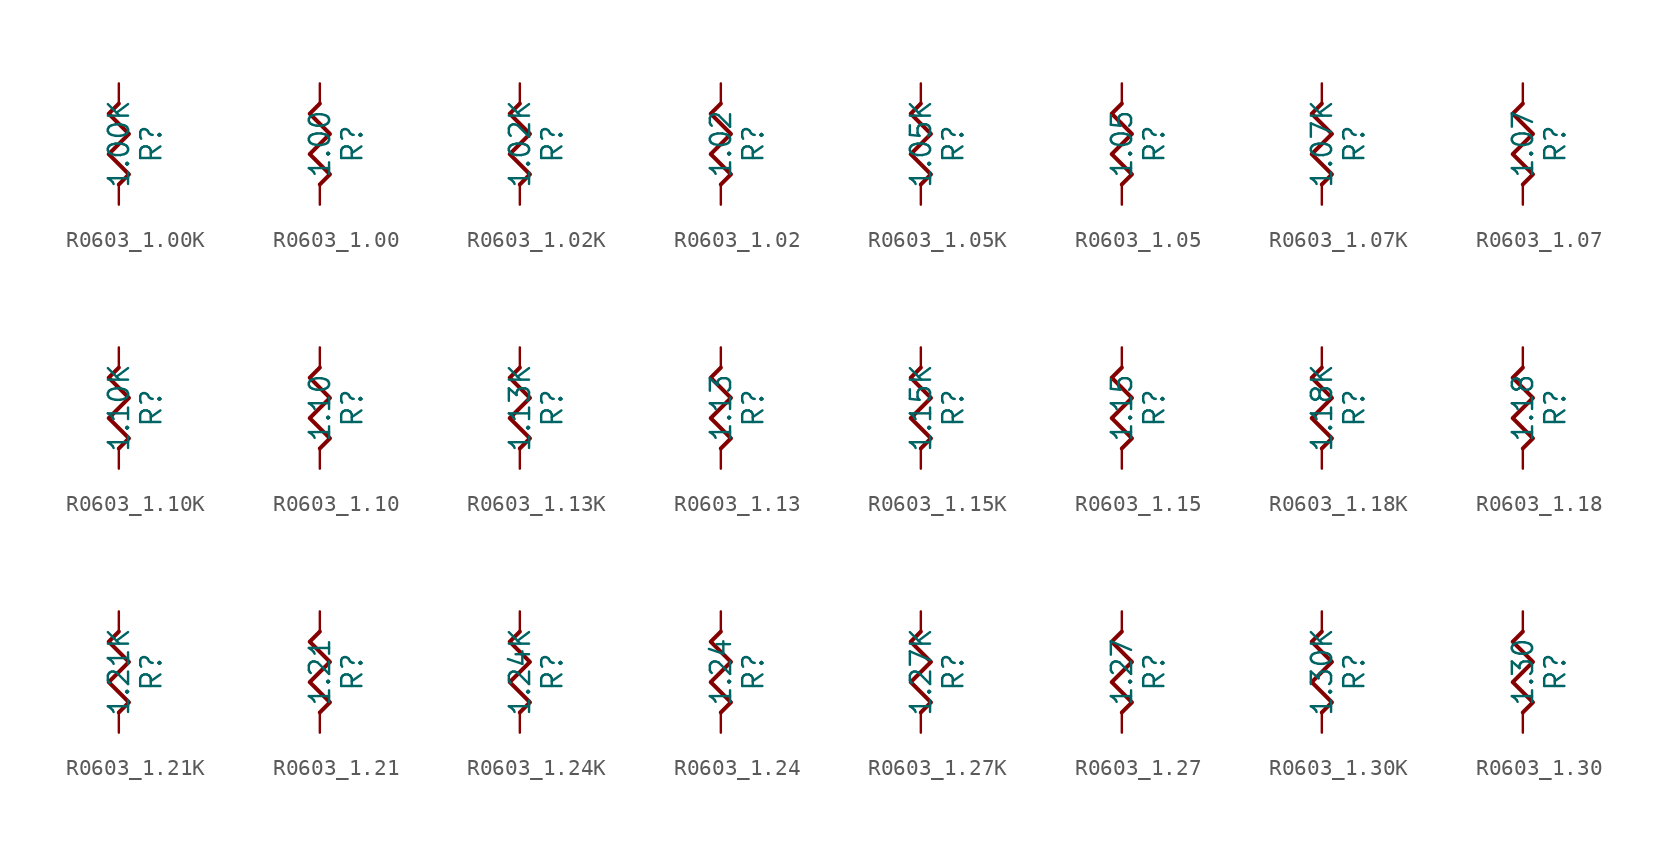
<source format=kicad_sym>
(kicad_symbol_lib
  (version 20211014)
  (generator atlantix-eda)
  (symbol "R0603_1.00K"
    (pin_numbers hide)
    (pin_names
      (offset 0))
    (property "Reference" "R"
      (at 2.032 0 90)
      (effects (font (size 1.27 1.27))))
    (property "Value" "1.00K"
      (at 0 0 90)
      (effects (font (size 1.27 1.27))))
    (symbol "R0603_1.00K_0_1"
      (polyline (pts (xy 0 -2.54) (xy 0.635 -1.905) (xy -0.635 -0.635) (xy 0.635 0.635) (xy -0.635 1.905) (xy 0 2.54)) (stroke (width 0.254) (type default) (color 0 0 0 0)) (fill (type none))))
    (symbol "R0603_1.00K_1_1"
      (pin passive line (at 0 3.81 270) (length 1.27) (name "~" (effects (font (size 1.27 1.27)))) (number "1" (effects (font (size 1.27 1.27)))))
      (pin passive line (at 0 -3.81 90) (length 1.27) (name "~" (effects (font (size 1.27 1.27)))) (number "2" (effects (font (size 1.27 1.27)))))))
  (symbol "R0603_1.00"
    (pin_numbers hide)
    (pin_names
      (offset 0))
    (property "Reference" "R"
      (at 2.032 0 90)
      (effects (font (size 1.27 1.27))))
    (property "Value" "1.00"
      (at 0 0 90)
      (effects (font (size 1.27 1.27))))
    (symbol "R0603_1.00_0_1"
      (polyline (pts (xy 0 -2.54) (xy 0.635 -1.905) (xy -0.635 -0.635) (xy 0.635 0.635) (xy -0.635 1.905) (xy 0 2.54)) (stroke (width 0.254) (type default) (color 0 0 0 0)) (fill (type none))))
    (symbol "R0603_1.00_1_1"
      (pin passive line (at 0 3.81 270) (length 1.27) (name "~" (effects (font (size 1.27 1.27)))) (number "1" (effects (font (size 1.27 1.27)))))
      (pin passive line (at 0 -3.81 90) (length 1.27) (name "~" (effects (font (size 1.27 1.27)))) (number "2" (effects (font (size 1.27 1.27)))))))
  (symbol "R0603_1.02K"
    (pin_numbers hide)
    (pin_names
      (offset 0))
    (property "Reference" "R"
      (at 2.032 0 90)
      (effects (font (size 1.27 1.27))))
    (property "Value" "1.02K"
      (at 0 0 90)
      (effects (font (size 1.27 1.27))))
    (symbol "R0603_1.02K_0_1"
      (polyline (pts (xy 0 -2.54) (xy 0.635 -1.905) (xy -0.635 -0.635) (xy 0.635 0.635) (xy -0.635 1.905) (xy 0 2.54)) (stroke (width 0.254) (type default) (color 0 0 0 0)) (fill (type none))))
    (symbol "R0603_1.02K_1_1"
      (pin passive line (at 0 3.81 270) (length 1.27) (name "~" (effects (font (size 1.27 1.27)))) (number "1" (effects (font (size 1.27 1.27)))))
      (pin passive line (at 0 -3.81 90) (length 1.27) (name "~" (effects (font (size 1.27 1.27)))) (number "2" (effects (font (size 1.27 1.27)))))))
  (symbol "R0603_1.02"
    (pin_numbers hide)
    (pin_names
      (offset 0))
    (property "Reference" "R"
      (at 2.032 0 90)
      (effects (font (size 1.27 1.27))))
    (property "Value" "1.02"
      (at 0 0 90)
      (effects (font (size 1.27 1.27))))
    (symbol "R0603_1.02_0_1"
      (polyline (pts (xy 0 -2.54) (xy 0.635 -1.905) (xy -0.635 -0.635) (xy 0.635 0.635) (xy -0.635 1.905) (xy 0 2.54)) (stroke (width 0.254) (type default) (color 0 0 0 0)) (fill (type none))))
    (symbol "R0603_1.02_1_1"
      (pin passive line (at 0 3.81 270) (length 1.27) (name "~" (effects (font (size 1.27 1.27)))) (number "1" (effects (font (size 1.27 1.27)))))
      (pin passive line (at 0 -3.81 90) (length 1.27) (name "~" (effects (font (size 1.27 1.27)))) (number "2" (effects (font (size 1.27 1.27)))))))
  (symbol "R0603_1.05K"
    (pin_numbers hide)
    (pin_names
      (offset 0))
    (property "Reference" "R"
      (at 2.032 0 90)
      (effects (font (size 1.27 1.27))))
    (property "Value" "1.05K"
      (at 0 0 90)
      (effects (font (size 1.27 1.27))))
    (symbol "R0603_1.05K_0_1"
      (polyline (pts (xy 0 -2.54) (xy 0.635 -1.905) (xy -0.635 -0.635) (xy 0.635 0.635) (xy -0.635 1.905) (xy 0 2.54)) (stroke (width 0.254) (type default) (color 0 0 0 0)) (fill (type none))))
    (symbol "R0603_1.05K_1_1"
      (pin passive line (at 0 3.81 270) (length 1.27) (name "~" (effects (font (size 1.27 1.27)))) (number "1" (effects (font (size 1.27 1.27)))))
      (pin passive line (at 0 -3.81 90) (length 1.27) (name "~" (effects (font (size 1.27 1.27)))) (number "2" (effects (font (size 1.27 1.27)))))))
  (symbol "R0603_1.05"
    (pin_numbers hide)
    (pin_names
      (offset 0))
    (property "Reference" "R"
      (at 2.032 0 90)
      (effects (font (size 1.27 1.27))))
    (property "Value" "1.05"
      (at 0 0 90)
      (effects (font (size 1.27 1.27))))
    (symbol "R0603_1.05_0_1"
      (polyline (pts (xy 0 -2.54) (xy 0.635 -1.905) (xy -0.635 -0.635) (xy 0.635 0.635) (xy -0.635 1.905) (xy 0 2.54)) (stroke (width 0.254) (type default) (color 0 0 0 0)) (fill (type none))))
    (symbol "R0603_1.05_1_1"
      (pin passive line (at 0 3.81 270) (length 1.27) (name "~" (effects (font (size 1.27 1.27)))) (number "1" (effects (font (size 1.27 1.27)))))
      (pin passive line (at 0 -3.81 90) (length 1.27) (name "~" (effects (font (size 1.27 1.27)))) (number "2" (effects (font (size 1.27 1.27)))))))
  (symbol "R0603_1.07K"
    (pin_numbers hide)
    (pin_names
      (offset 0))
    (property "Reference" "R"
      (at 2.032 0 90)
      (effects (font (size 1.27 1.27))))
    (property "Value" "1.07K"
      (at 0 0 90)
      (effects (font (size 1.27 1.27))))
    (symbol "R0603_1.07K_0_1"
      (polyline (pts (xy 0 -2.54) (xy 0.635 -1.905) (xy -0.635 -0.635) (xy 0.635 0.635) (xy -0.635 1.905) (xy 0 2.54)) (stroke (width 0.254) (type default) (color 0 0 0 0)) (fill (type none))))
    (symbol "R0603_1.07K_1_1"
      (pin passive line (at 0 3.81 270) (length 1.27) (name "~" (effects (font (size 1.27 1.27)))) (number "1" (effects (font (size 1.27 1.27)))))
      (pin passive line (at 0 -3.81 90) (length 1.27) (name "~" (effects (font (size 1.27 1.27)))) (number "2" (effects (font (size 1.27 1.27)))))))
  (symbol "R0603_1.07"
    (pin_numbers hide)
    (pin_names
      (offset 0))
    (property "Reference" "R"
      (at 2.032 0 90)
      (effects (font (size 1.27 1.27))))
    (property "Value" "1.07"
      (at 0 0 90)
      (effects (font (size 1.27 1.27))))
    (symbol "R0603_1.07_0_1"
      (polyline (pts (xy 0 -2.54) (xy 0.635 -1.905) (xy -0.635 -0.635) (xy 0.635 0.635) (xy -0.635 1.905) (xy 0 2.54)) (stroke (width 0.254) (type default) (color 0 0 0 0)) (fill (type none))))
    (symbol "R0603_1.07_1_1"
      (pin passive line (at 0 3.81 270) (length 1.27) (name "~" (effects (font (size 1.27 1.27)))) (number "1" (effects (font (size 1.27 1.27)))))
      (pin passive line (at 0 -3.81 90) (length 1.27) (name "~" (effects (font (size 1.27 1.27)))) (number "2" (effects (font (size 1.27 1.27)))))))
  (symbol "R0603_1.10K"
    (pin_numbers hide)
    (pin_names
      (offset 0))
    (property "Reference" "R"
      (at 2.032 0 90)
      (effects (font (size 1.27 1.27))))
    (property "Value" "1.10K"
      (at 0 0 90)
      (effects (font (size 1.27 1.27))))
    (symbol "R0603_1.10K_0_1"
      (polyline (pts (xy 0 -2.54) (xy 0.635 -1.905) (xy -0.635 -0.635) (xy 0.635 0.635) (xy -0.635 1.905) (xy 0 2.54)) (stroke (width 0.254) (type default) (color 0 0 0 0)) (fill (type none))))
    (symbol "R0603_1.10K_1_1"
      (pin passive line (at 0 3.81 270) (length 1.27) (name "~" (effects (font (size 1.27 1.27)))) (number "1" (effects (font (size 1.27 1.27)))))
      (pin passive line (at 0 -3.81 90) (length 1.27) (name "~" (effects (font (size 1.27 1.27)))) (number "2" (effects (font (size 1.27 1.27)))))))
  (symbol "R0603_1.10"
    (pin_numbers hide)
    (pin_names
      (offset 0))
    (property "Reference" "R"
      (at 2.032 0 90)
      (effects (font (size 1.27 1.27))))
    (property "Value" "1.10"
      (at 0 0 90)
      (effects (font (size 1.27 1.27))))
    (symbol "R0603_1.10_0_1"
      (polyline (pts (xy 0 -2.54) (xy 0.635 -1.905) (xy -0.635 -0.635) (xy 0.635 0.635) (xy -0.635 1.905) (xy 0 2.54)) (stroke (width 0.254) (type default) (color 0 0 0 0)) (fill (type none))))
    (symbol "R0603_1.10_1_1"
      (pin passive line (at 0 3.81 270) (length 1.27) (name "~" (effects (font (size 1.27 1.27)))) (number "1" (effects (font (size 1.27 1.27)))))
      (pin passive line (at 0 -3.81 90) (length 1.27) (name "~" (effects (font (size 1.27 1.27)))) (number "2" (effects (font (size 1.27 1.27)))))))
  (symbol "R0603_1.13K"
    (pin_numbers hide)
    (pin_names
      (offset 0))
    (property "Reference" "R"
      (at 2.032 0 90)
      (effects (font (size 1.27 1.27))))
    (property "Value" "1.13K"
      (at 0 0 90)
      (effects (font (size 1.27 1.27))))
    (symbol "R0603_1.13K_0_1"
      (polyline (pts (xy 0 -2.54) (xy 0.635 -1.905) (xy -0.635 -0.635) (xy 0.635 0.635) (xy -0.635 1.905) (xy 0 2.54)) (stroke (width 0.254) (type default) (color 0 0 0 0)) (fill (type none))))
    (symbol "R0603_1.13K_1_1"
      (pin passive line (at 0 3.81 270) (length 1.27) (name "~" (effects (font (size 1.27 1.27)))) (number "1" (effects (font (size 1.27 1.27)))))
      (pin passive line (at 0 -3.81 90) (length 1.27) (name "~" (effects (font (size 1.27 1.27)))) (number "2" (effects (font (size 1.27 1.27)))))))
  (symbol "R0603_1.13"
    (pin_numbers hide)
    (pin_names
      (offset 0))
    (property "Reference" "R"
      (at 2.032 0 90)
      (effects (font (size 1.27 1.27))))
    (property "Value" "1.13"
      (at 0 0 90)
      (effects (font (size 1.27 1.27))))
    (symbol "R0603_1.13_0_1"
      (polyline (pts (xy 0 -2.54) (xy 0.635 -1.905) (xy -0.635 -0.635) (xy 0.635 0.635) (xy -0.635 1.905) (xy 0 2.54)) (stroke (width 0.254) (type default) (color 0 0 0 0)) (fill (type none))))
    (symbol "R0603_1.13_1_1"
      (pin passive line (at 0 3.81 270) (length 1.27) (name "~" (effects (font (size 1.27 1.27)))) (number "1" (effects (font (size 1.27 1.27)))))
      (pin passive line (at 0 -3.81 90) (length 1.27) (name "~" (effects (font (size 1.27 1.27)))) (number "2" (effects (font (size 1.27 1.27)))))))
  (symbol "R0603_1.15K"
    (pin_numbers hide)
    (pin_names
      (offset 0))
    (property "Reference" "R"
      (at 2.032 0 90)
      (effects (font (size 1.27 1.27))))
    (property "Value" "1.15K"
      (at 0 0 90)
      (effects (font (size 1.27 1.27))))
    (symbol "R0603_1.15K_0_1"
      (polyline (pts (xy 0 -2.54) (xy 0.635 -1.905) (xy -0.635 -0.635) (xy 0.635 0.635) (xy -0.635 1.905) (xy 0 2.54)) (stroke (width 0.254) (type default) (color 0 0 0 0)) (fill (type none))))
    (symbol "R0603_1.15K_1_1"
      (pin passive line (at 0 3.81 270) (length 1.27) (name "~" (effects (font (size 1.27 1.27)))) (number "1" (effects (font (size 1.27 1.27)))))
      (pin passive line (at 0 -3.81 90) (length 1.27) (name "~" (effects (font (size 1.27 1.27)))) (number "2" (effects (font (size 1.27 1.27)))))))
  (symbol "R0603_1.15"
    (pin_numbers hide)
    (pin_names
      (offset 0))
    (property "Reference" "R"
      (at 2.032 0 90)
      (effects (font (size 1.27 1.27))))
    (property "Value" "1.15"
      (at 0 0 90)
      (effects (font (size 1.27 1.27))))
    (symbol "R0603_1.15_0_1"
      (polyline (pts (xy 0 -2.54) (xy 0.635 -1.905) (xy -0.635 -0.635) (xy 0.635 0.635) (xy -0.635 1.905) (xy 0 2.54)) (stroke (width 0.254) (type default) (color 0 0 0 0)) (fill (type none))))
    (symbol "R0603_1.15_1_1"
      (pin passive line (at 0 3.81 270) (length 1.27) (name "~" (effects (font (size 1.27 1.27)))) (number "1" (effects (font (size 1.27 1.27)))))
      (pin passive line (at 0 -3.81 90) (length 1.27) (name "~" (effects (font (size 1.27 1.27)))) (number "2" (effects (font (size 1.27 1.27)))))))
  (symbol "R0603_1.18K"
    (pin_numbers hide)
    (pin_names
      (offset 0))
    (property "Reference" "R"
      (at 2.032 0 90)
      (effects (font (size 1.27 1.27))))
    (property "Value" "1.18K"
      (at 0 0 90)
      (effects (font (size 1.27 1.27))))
    (symbol "R0603_1.18K_0_1"
      (polyline (pts (xy 0 -2.54) (xy 0.635 -1.905) (xy -0.635 -0.635) (xy 0.635 0.635) (xy -0.635 1.905) (xy 0 2.54)) (stroke (width 0.254) (type default) (color 0 0 0 0)) (fill (type none))))
    (symbol "R0603_1.18K_1_1"
      (pin passive line (at 0 3.81 270) (length 1.27) (name "~" (effects (font (size 1.27 1.27)))) (number "1" (effects (font (size 1.27 1.27)))))
      (pin passive line (at 0 -3.81 90) (length 1.27) (name "~" (effects (font (size 1.27 1.27)))) (number "2" (effects (font (size 1.27 1.27)))))))
  (symbol "R0603_1.18"
    (pin_numbers hide)
    (pin_names
      (offset 0))
    (property "Reference" "R"
      (at 2.032 0 90)
      (effects (font (size 1.27 1.27))))
    (property "Value" "1.18"
      (at 0 0 90)
      (effects (font (size 1.27 1.27))))
    (symbol "R0603_1.18_0_1"
      (polyline (pts (xy 0 -2.54) (xy 0.635 -1.905) (xy -0.635 -0.635) (xy 0.635 0.635) (xy -0.635 1.905) (xy 0 2.54)) (stroke (width 0.254) (type default) (color 0 0 0 0)) (fill (type none))))
    (symbol "R0603_1.18_1_1"
      (pin passive line (at 0 3.81 270) (length 1.27) (name "~" (effects (font (size 1.27 1.27)))) (number "1" (effects (font (size 1.27 1.27)))))
      (pin passive line (at 0 -3.81 90) (length 1.27) (name "~" (effects (font (size 1.27 1.27)))) (number "2" (effects (font (size 1.27 1.27)))))))
  (symbol "R0603_1.21K"
    (pin_numbers hide)
    (pin_names
      (offset 0))
    (property "Reference" "R"
      (at 2.032 0 90)
      (effects (font (size 1.27 1.27))))
    (property "Value" "1.21K"
      (at 0 0 90)
      (effects (font (size 1.27 1.27))))
    (symbol "R0603_1.21K_0_1"
      (polyline (pts (xy 0 -2.54) (xy 0.635 -1.905) (xy -0.635 -0.635) (xy 0.635 0.635) (xy -0.635 1.905) (xy 0 2.54)) (stroke (width 0.254) (type default) (color 0 0 0 0)) (fill (type none))))
    (symbol "R0603_1.21K_1_1"
      (pin passive line (at 0 3.81 270) (length 1.27) (name "~" (effects (font (size 1.27 1.27)))) (number "1" (effects (font (size 1.27 1.27)))))
      (pin passive line (at 0 -3.81 90) (length 1.27) (name "~" (effects (font (size 1.27 1.27)))) (number "2" (effects (font (size 1.27 1.27)))))))
  (symbol "R0603_1.21"
    (pin_numbers hide)
    (pin_names
      (offset 0))
    (property "Reference" "R"
      (at 2.032 0 90)
      (effects (font (size 1.27 1.27))))
    (property "Value" "1.21"
      (at 0 0 90)
      (effects (font (size 1.27 1.27))))
    (symbol "R0603_1.21_0_1"
      (polyline (pts (xy 0 -2.54) (xy 0.635 -1.905) (xy -0.635 -0.635) (xy 0.635 0.635) (xy -0.635 1.905) (xy 0 2.54)) (stroke (width 0.254) (type default) (color 0 0 0 0)) (fill (type none))))
    (symbol "R0603_1.21_1_1"
      (pin passive line (at 0 3.81 270) (length 1.27) (name "~" (effects (font (size 1.27 1.27)))) (number "1" (effects (font (size 1.27 1.27)))))
      (pin passive line (at 0 -3.81 90) (length 1.27) (name "~" (effects (font (size 1.27 1.27)))) (number "2" (effects (font (size 1.27 1.27)))))))
  (symbol "R0603_1.24K"
    (pin_numbers hide)
    (pin_names
      (offset 0))
    (property "Reference" "R"
      (at 2.032 0 90)
      (effects (font (size 1.27 1.27))))
    (property "Value" "1.24K"
      (at 0 0 90)
      (effects (font (size 1.27 1.27))))
    (symbol "R0603_1.24K_0_1"
      (polyline (pts (xy 0 -2.54) (xy 0.635 -1.905) (xy -0.635 -0.635) (xy 0.635 0.635) (xy -0.635 1.905) (xy 0 2.54)) (stroke (width 0.254) (type default) (color 0 0 0 0)) (fill (type none))))
    (symbol "R0603_1.24K_1_1"
      (pin passive line (at 0 3.81 270) (length 1.27) (name "~" (effects (font (size 1.27 1.27)))) (number "1" (effects (font (size 1.27 1.27)))))
      (pin passive line (at 0 -3.81 90) (length 1.27) (name "~" (effects (font (size 1.27 1.27)))) (number "2" (effects (font (size 1.27 1.27)))))))
  (symbol "R0603_1.24"
    (pin_numbers hide)
    (pin_names
      (offset 0))
    (property "Reference" "R"
      (at 2.032 0 90)
      (effects (font (size 1.27 1.27))))
    (property "Value" "1.24"
      (at 0 0 90)
      (effects (font (size 1.27 1.27))))
    (symbol "R0603_1.24_0_1"
      (polyline (pts (xy 0 -2.54) (xy 0.635 -1.905) (xy -0.635 -0.635) (xy 0.635 0.635) (xy -0.635 1.905) (xy 0 2.54)) (stroke (width 0.254) (type default) (color 0 0 0 0)) (fill (type none))))
    (symbol "R0603_1.24_1_1"
      (pin passive line (at 0 3.81 270) (length 1.27) (name "~" (effects (font (size 1.27 1.27)))) (number "1" (effects (font (size 1.27 1.27)))))
      (pin passive line (at 0 -3.81 90) (length 1.27) (name "~" (effects (font (size 1.27 1.27)))) (number "2" (effects (font (size 1.27 1.27)))))))
  (symbol "R0603_1.27K"
    (pin_numbers hide)
    (pin_names
      (offset 0))
    (property "Reference" "R"
      (at 2.032 0 90)
      (effects (font (size 1.27 1.27))))
    (property "Value" "1.27K"
      (at 0 0 90)
      (effects (font (size 1.27 1.27))))
    (symbol "R0603_1.27K_0_1"
      (polyline (pts (xy 0 -2.54) (xy 0.635 -1.905) (xy -0.635 -0.635) (xy 0.635 0.635) (xy -0.635 1.905) (xy 0 2.54)) (stroke (width 0.254) (type default) (color 0 0 0 0)) (fill (type none))))
    (symbol "R0603_1.27K_1_1"
      (pin passive line (at 0 3.81 270) (length 1.27) (name "~" (effects (font (size 1.27 1.27)))) (number "1" (effects (font (size 1.27 1.27)))))
      (pin passive line (at 0 -3.81 90) (length 1.27) (name "~" (effects (font (size 1.27 1.27)))) (number "2" (effects (font (size 1.27 1.27)))))))
  (symbol "R0603_1.27"
    (pin_numbers hide)
    (pin_names
      (offset 0))
    (property "Reference" "R"
      (at 2.032 0 90)
      (effects (font (size 1.27 1.27))))
    (property "Value" "1.27"
      (at 0 0 90)
      (effects (font (size 1.27 1.27))))
    (symbol "R0603_1.27_0_1"
      (polyline (pts (xy 0 -2.54) (xy 0.635 -1.905) (xy -0.635 -0.635) (xy 0.635 0.635) (xy -0.635 1.905) (xy 0 2.54)) (stroke (width 0.254) (type default) (color 0 0 0 0)) (fill (type none))))
    (symbol "R0603_1.27_1_1"
      (pin passive line (at 0 3.81 270) (length 1.27) (name "~" (effects (font (size 1.27 1.27)))) (number "1" (effects (font (size 1.27 1.27)))))
      (pin passive line (at 0 -3.81 90) (length 1.27) (name "~" (effects (font (size 1.27 1.27)))) (number "2" (effects (font (size 1.27 1.27)))))))
  (symbol "R0603_1.30K"
    (pin_numbers hide)
    (pin_names
      (offset 0))
    (property "Reference" "R"
      (at 2.032 0 90)
      (effects (font (size 1.27 1.27))))
    (property "Value" "1.30K"
      (at 0 0 90)
      (effects (font (size 1.27 1.27))))
    (symbol "R0603_1.30K_0_1"
      (polyline (pts (xy 0 -2.54) (xy 0.635 -1.905) (xy -0.635 -0.635) (xy 0.635 0.635) (xy -0.635 1.905) (xy 0 2.54)) (stroke (width 0.254) (type default) (color 0 0 0 0)) (fill (type none))))
    (symbol "R0603_1.30K_1_1"
      (pin passive line (at 0 3.81 270) (length 1.27) (name "~" (effects (font (size 1.27 1.27)))) (number "1" (effects (font (size 1.27 1.27)))))
      (pin passive line (at 0 -3.81 90) (length 1.27) (name "~" (effects (font (size 1.27 1.27)))) (number "2" (effects (font (size 1.27 1.27)))))))
  (symbol "R0603_1.30"
    (pin_numbers hide)
    (pin_names
      (offset 0))
    (property "Reference" "R"
      (at 2.032 0 90)
      (effects (font (size 1.27 1.27))))
    (property "Value" "1.30"
      (at 0 0 90)
      (effects (font (size 1.27 1.27))))
    (symbol "R0603_1.30_0_1"
      (polyline (pts (xy 0 -2.54) (xy 0.635 -1.905) (xy -0.635 -0.635) (xy 0.635 0.635) (xy -0.635 1.905) (xy 0 2.54)) (stroke (width 0.254) (type default) (color 0 0 0 0)) (fill (type none))))
    (symbol "R0603_1.30_1_1"
      (pin passive line (at 0 3.81 270) (length 1.27) (name "~" (effects (font (size 1.27 1.27)))) (number "1" (effects (font (size 1.27 1.27)))))
      (pin passive line (at 0 -3.81 90) (length 1.27) (name "~" (effects (font (size 1.27 1.27)))) (number "2" (effects (font (size 1.27 1.27))))))))
</source>
